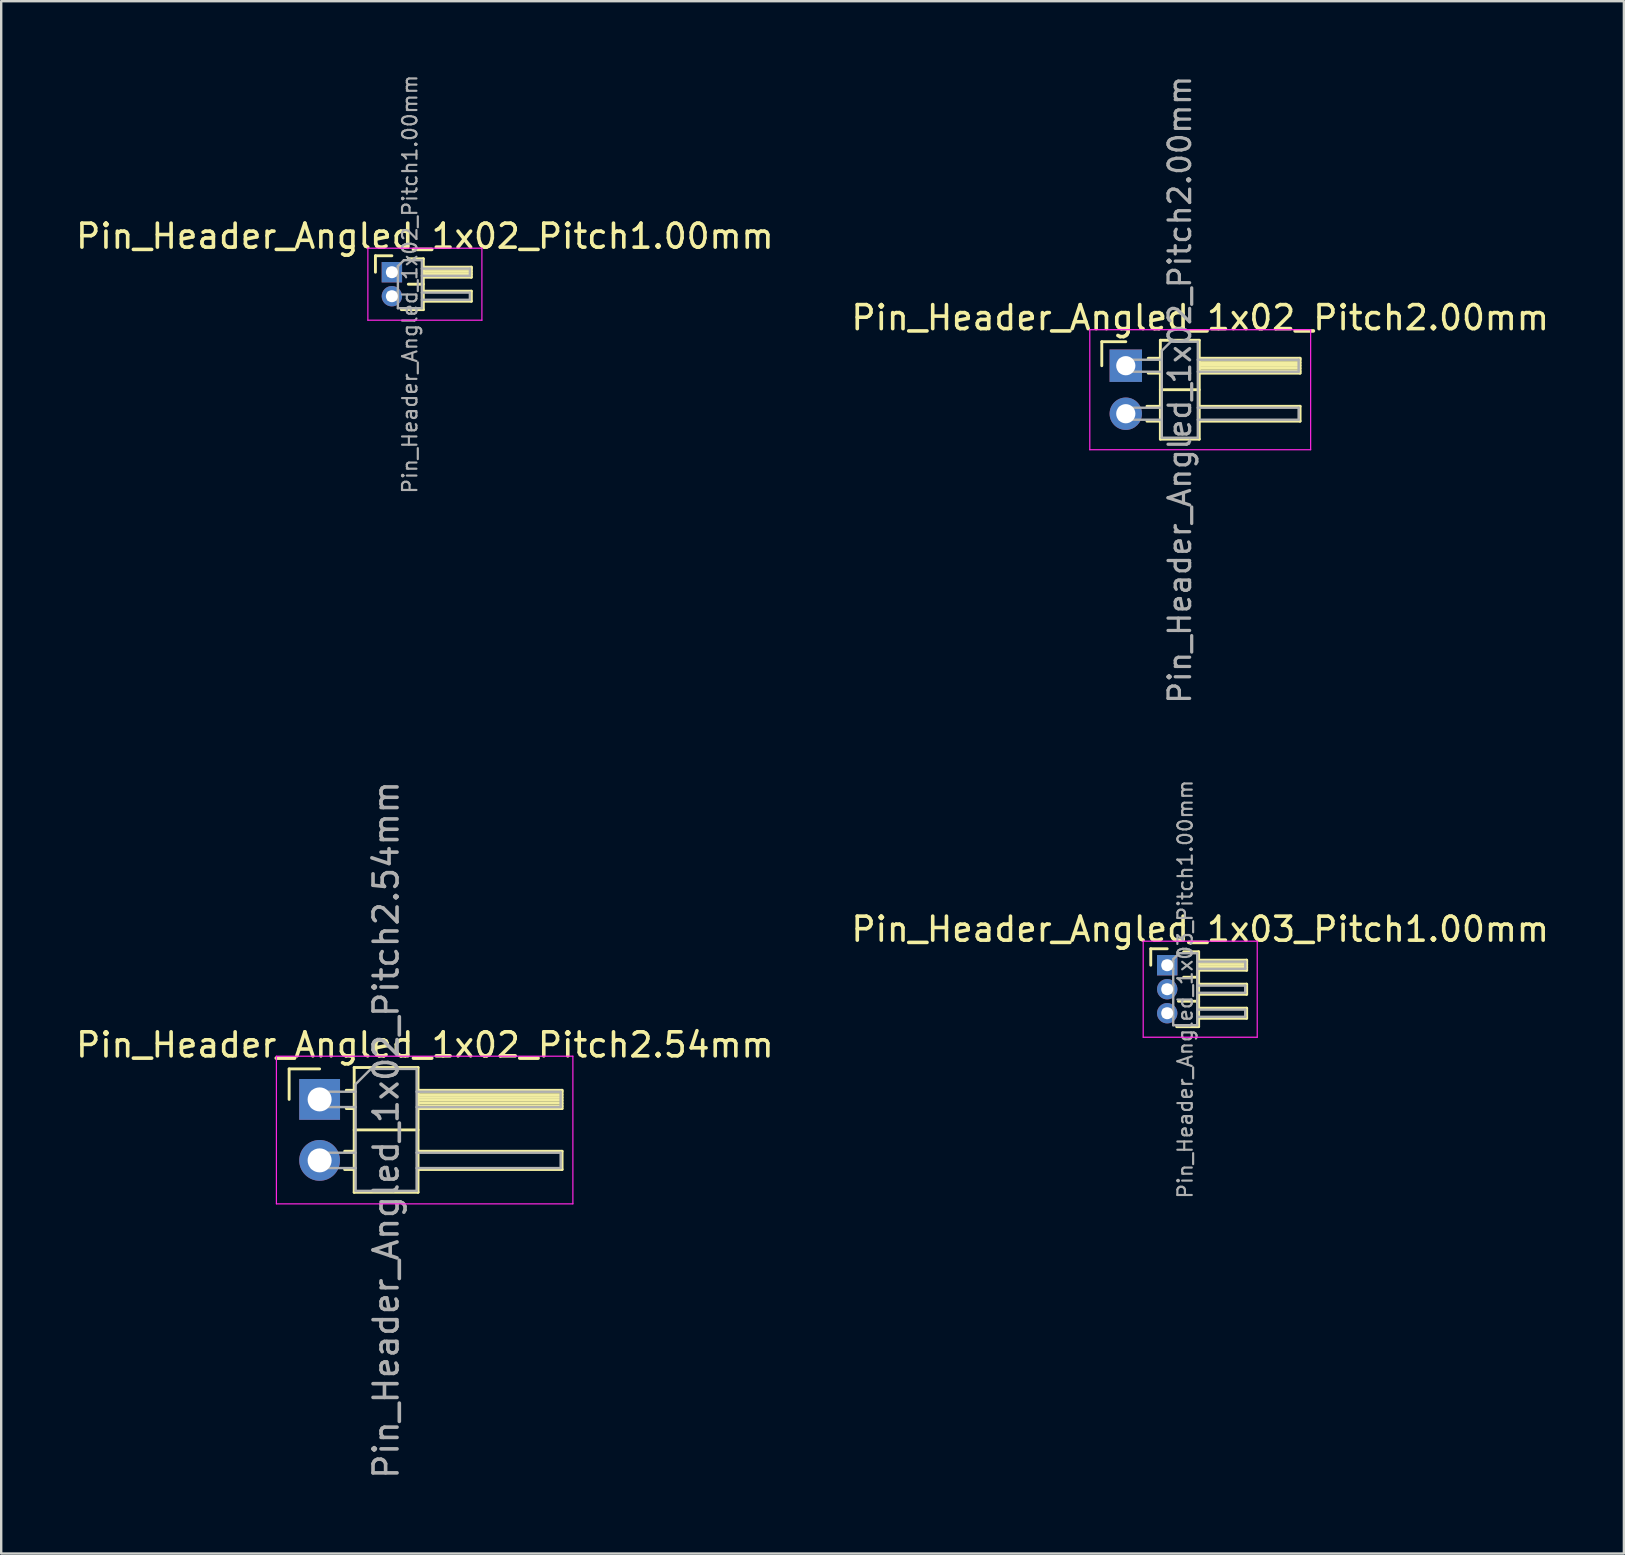
<source format=kicad_pcb>
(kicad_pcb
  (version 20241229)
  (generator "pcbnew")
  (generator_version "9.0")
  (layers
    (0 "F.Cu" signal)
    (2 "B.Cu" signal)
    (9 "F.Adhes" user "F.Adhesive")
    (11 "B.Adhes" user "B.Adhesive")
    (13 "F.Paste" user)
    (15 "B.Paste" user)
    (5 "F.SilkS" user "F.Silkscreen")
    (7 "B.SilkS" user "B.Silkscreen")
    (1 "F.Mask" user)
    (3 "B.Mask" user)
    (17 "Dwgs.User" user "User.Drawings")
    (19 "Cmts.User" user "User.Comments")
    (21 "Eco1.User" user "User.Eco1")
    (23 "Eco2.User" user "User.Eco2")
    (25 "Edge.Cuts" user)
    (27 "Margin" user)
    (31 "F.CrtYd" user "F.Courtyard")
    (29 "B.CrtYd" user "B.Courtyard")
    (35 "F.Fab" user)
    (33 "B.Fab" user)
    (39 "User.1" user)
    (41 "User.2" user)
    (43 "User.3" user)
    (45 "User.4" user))
  (footprint "Pin_Header_Angled_1x03_Pitch1.00mm"
    (layer "F.Cu")
    (at 45.571 37.157)
    (property "Reference" "Pin_Header_Angled_1x03_Pitch1.00mm" (at 1.375 -1.5 0) (layer "F.SilkS") (effects (font (size 1 1) (thickness 0.15))))
    (attr through_hole)
    (fp_line (start -0.685 -0.685) (end 0 -0.685) (stroke (width 0.12) (type solid)) (layer "F.SilkS"))
    (fp_line (start -0.685 0) (end -0.685 -0.685) (stroke (width 0.12) (type solid)) (layer "F.SilkS"))
    (fp_line (start 0.468 1.5) (end 1.31 1.5) (stroke (width 0.12) (type solid)) (layer "F.SilkS"))
    (fp_line (start 0.685 -0.56) (end 1.31 -0.56) (stroke (width 0.12) (type solid)) (layer "F.SilkS"))
    (fp_line (start 0.685 0.5) (end 1.31 0.5) (stroke (width 0.12) (type solid)) (layer "F.SilkS"))
    (fp_line (start 1.31 -0.56) (end 1.31 2.56) (stroke (width 0.12) (type solid)) (layer "F.SilkS"))
    (fp_line (start 1.31 -0.21) (end 3.31 -0.21) (stroke (width 0.12) (type solid)) (layer "F.SilkS"))
    (fp_line (start 1.31 -0.15) (end 3.31 -0.15) (stroke (width 0.12) (type solid)) (layer "F.SilkS"))
    (fp_line (start 1.31 -0.03) (end 3.31 -0.03) (stroke (width 0.12) (type solid)) (layer "F.SilkS"))
    (fp_line (start 1.31 0.09) (end 3.31 0.09) (stroke (width 0.12) (type solid)) (layer "F.SilkS"))
    (fp_line (start 1.31 0.79) (end 3.31 0.79) (stroke (width 0.12) (type solid)) (layer "F.SilkS"))
    (fp_line (start 1.31 1.79) (end 3.31 1.79) (stroke (width 0.12) (type solid)) (layer "F.SilkS"))
    (fp_line (start 1.31 2.56) (end 0.394 2.56) (stroke (width 0.12) (type solid)) (layer "F.SilkS"))
    (fp_line (start 3.31 -0.21) (end 3.31 0.21) (stroke (width 0.12) (type solid)) (layer "F.SilkS"))
    (fp_line (start 3.31 0.21) (end 1.31 0.21) (stroke (width 0.12) (type solid)) (layer "F.SilkS"))
    (fp_line (start 3.31 0.79) (end 3.31 1.21) (stroke (width 0.12) (type solid)) (layer "F.SilkS"))
    (fp_line (start 3.31 1.21) (end 1.31 1.21) (stroke (width 0.12) (type solid)) (layer "F.SilkS"))
    (fp_line (start 3.31 1.79) (end 3.31 2.21) (stroke (width 0.12) (type solid)) (layer "F.SilkS"))
    (fp_line (start 3.31 2.21) (end 1.31 2.21) (stroke (width 0.12) (type solid)) (layer "F.SilkS"))
    (fp_line (start -1 -1) (end -1 3) (stroke (width 0.05) (type solid)) (layer "F.CrtYd"))
    (fp_line (start -1 3) (end 3.75 3) (stroke (width 0.05) (type solid)) (layer "F.CrtYd"))
    (fp_line (start 3.75 -1) (end -1 -1) (stroke (width 0.05) (type solid)) (layer "F.CrtYd"))
    (fp_line (start 3.75 3) (end 3.75 -1) (stroke (width 0.05) (type solid)) (layer "F.CrtYd"))
    (fp_line (start -0.15 -0.15) (end -0.15 0.15) (stroke (width 0.1) (type solid)) (layer "F.Fab"))
    (fp_line (start -0.15 -0.15) (end 0.25 -0.15) (stroke (width 0.1) (type solid)) (layer "F.Fab"))
    (fp_line (start -0.15 0.15) (end 0.25 0.15) (stroke (width 0.1) (type solid)) (layer "F.Fab"))
    (fp_line (start -0.15 0.85) (end -0.15 1.15) (stroke (width 0.1) (type solid)) (layer "F.Fab"))
    (fp_line (start -0.15 0.85) (end 0.25 0.85) (stroke (width 0.1) (type solid)) (layer "F.Fab"))
    (fp_line (start -0.15 1.15) (end 0.25 1.15) (stroke (width 0.1) (type solid)) (layer "F.Fab"))
    (fp_line (start -0.15 1.85) (end -0.15 2.15) (stroke (width 0.1) (type solid)) (layer "F.Fab"))
    (fp_line (start -0.15 1.85) (end 0.25 1.85) (stroke (width 0.1) (type solid)) (layer "F.Fab"))
    (fp_line (start -0.15 2.15) (end 0.25 2.15) (stroke (width 0.1) (type solid)) (layer "F.Fab"))
    (fp_line (start 0.25 -0.25) (end 0.5 -0.5) (stroke (width 0.1) (type solid)) (layer "F.Fab"))
    (fp_line (start 0.25 2.5) (end 0.25 -0.25) (stroke (width 0.1) (type solid)) (layer "F.Fab"))
    (fp_line (start 0.5 -0.5) (end 1.25 -0.5) (stroke (width 0.1) (type solid)) (layer "F.Fab"))
    (fp_line (start 1.25 -0.5) (end 1.25 2.5) (stroke (width 0.1) (type solid)) (layer "F.Fab"))
    (fp_line (start 1.25 -0.15) (end 3.25 -0.15) (stroke (width 0.1) (type solid)) (layer "F.Fab"))
    (fp_line (start 1.25 0.15) (end 3.25 0.15) (stroke (width 0.1) (type solid)) (layer "F.Fab"))
    (fp_line (start 1.25 0.85) (end 3.25 0.85) (stroke (width 0.1) (type solid)) (layer "F.Fab"))
    (fp_line (start 1.25 1.15) (end 3.25 1.15) (stroke (width 0.1) (type solid)) (layer "F.Fab"))
    (fp_line (start 1.25 1.85) (end 3.25 1.85) (stroke (width 0.1) (type solid)) (layer "F.Fab"))
    (fp_line (start 1.25 2.15) (end 3.25 2.15) (stroke (width 0.1) (type solid)) (layer "F.Fab"))
    (fp_line (start 1.25 2.5) (end 0.25 2.5) (stroke (width 0.1) (type solid)) (layer "F.Fab"))
    (fp_line (start 3.25 -0.15) (end 3.25 0.15) (stroke (width 0.1) (type solid)) (layer "F.Fab"))
    (fp_line (start 3.25 0.85) (end 3.25 1.15) (stroke (width 0.1) (type solid)) (layer "F.Fab"))
    (fp_line (start 3.25 1.85) (end 3.25 2.15) (stroke (width 0.1) (type solid)) (layer "F.Fab"))
    (fp_text user "${REFERENCE}" (at 0.75 1 90) (layer "F.Fab") (effects (font (size 0.6 0.6) (thickness 0.09))))
    (pad "1" thru_hole rect (at 0 0) (size 0.85 0.85) (drill 0.5) (layers "*.Cu" "*.Mask"))
    (pad "2" thru_hole oval (at 0 1) (size 0.85 0.85) (drill 0.5) (layers "*.Cu" "*.Mask"))
    (pad "3" thru_hole oval (at 0 2) (size 0.85 0.85) (drill 0.5) (layers "*.Cu" "*.Mask")))
  (footprint "Pin_Header_Angled_1x02_Pitch1.00mm"
    (layer "F.Cu")
    (at 13.274 8.289)
    (property "Reference" "Pin_Header_Angled_1x02_Pitch1.00mm" (at 1.375 -1.5 0) (layer "F.SilkS") (effects (font (size 1 1) (thickness 0.15))))
    (attr through_hole)
    (fp_line (start -0.685 -0.685) (end 0 -0.685) (stroke (width 0.12) (type solid)) (layer "F.SilkS"))
    (fp_line (start -0.685 0) (end -0.685 -0.685) (stroke (width 0.12) (type solid)) (layer "F.SilkS"))
    (fp_line (start 0.685 -0.56) (end 1.31 -0.56) (stroke (width 0.12) (type solid)) (layer "F.SilkS"))
    (fp_line (start 0.685 0.5) (end 1.31 0.5) (stroke (width 0.12) (type solid)) (layer "F.SilkS"))
    (fp_line (start 1.31 -0.56) (end 1.31 1.56) (stroke (width 0.12) (type solid)) (layer "F.SilkS"))
    (fp_line (start 1.31 -0.21) (end 3.31 -0.21) (stroke (width 0.12) (type solid)) (layer "F.SilkS"))
    (fp_line (start 1.31 -0.15) (end 3.31 -0.15) (stroke (width 0.12) (type solid)) (layer "F.SilkS"))
    (fp_line (start 1.31 -0.03) (end 3.31 -0.03) (stroke (width 0.12) (type solid)) (layer "F.SilkS"))
    (fp_line (start 1.31 0.09) (end 3.31 0.09) (stroke (width 0.12) (type solid)) (layer "F.SilkS"))
    (fp_line (start 1.31 0.79) (end 3.31 0.79) (stroke (width 0.12) (type solid)) (layer "F.SilkS"))
    (fp_line (start 1.31 1.56) (end 0.394 1.56) (stroke (width 0.12) (type solid)) (layer "F.SilkS"))
    (fp_line (start 3.31 -0.21) (end 3.31 0.21) (stroke (width 0.12) (type solid)) (layer "F.SilkS"))
    (fp_line (start 3.31 0.21) (end 1.31 0.21) (stroke (width 0.12) (type solid)) (layer "F.SilkS"))
    (fp_line (start 3.31 0.79) (end 3.31 1.21) (stroke (width 0.12) (type solid)) (layer "F.SilkS"))
    (fp_line (start 3.31 1.21) (end 1.31 1.21) (stroke (width 0.12) (type solid)) (layer "F.SilkS"))
    (fp_line (start -1 -1) (end -1 2) (stroke (width 0.05) (type solid)) (layer "F.CrtYd"))
    (fp_line (start -1 2) (end 3.75 2) (stroke (width 0.05) (type solid)) (layer "F.CrtYd"))
    (fp_line (start 3.75 -1) (end -1 -1) (stroke (width 0.05) (type solid)) (layer "F.CrtYd"))
    (fp_line (start 3.75 2) (end 3.75 -1) (stroke (width 0.05) (type solid)) (layer "F.CrtYd"))
    (fp_line (start -0.15 -0.15) (end -0.15 0.15) (stroke (width 0.1) (type solid)) (layer "F.Fab"))
    (fp_line (start -0.15 -0.15) (end 0.25 -0.15) (stroke (width 0.1) (type solid)) (layer "F.Fab"))
    (fp_line (start -0.15 0.15) (end 0.25 0.15) (stroke (width 0.1) (type solid)) (layer "F.Fab"))
    (fp_line (start -0.15 0.85) (end -0.15 1.15) (stroke (width 0.1) (type solid)) (layer "F.Fab"))
    (fp_line (start -0.15 0.85) (end 0.25 0.85) (stroke (width 0.1) (type solid)) (layer "F.Fab"))
    (fp_line (start -0.15 1.15) (end 0.25 1.15) (stroke (width 0.1) (type solid)) (layer "F.Fab"))
    (fp_line (start 0.25 -0.25) (end 0.5 -0.5) (stroke (width 0.1) (type solid)) (layer "F.Fab"))
    (fp_line (start 0.25 1.5) (end 0.25 -0.25) (stroke (width 0.1) (type solid)) (layer "F.Fab"))
    (fp_line (start 0.5 -0.5) (end 1.25 -0.5) (stroke (width 0.1) (type solid)) (layer "F.Fab"))
    (fp_line (start 1.25 -0.5) (end 1.25 1.5) (stroke (width 0.1) (type solid)) (layer "F.Fab"))
    (fp_line (start 1.25 -0.15) (end 3.25 -0.15) (stroke (width 0.1) (type solid)) (layer "F.Fab"))
    (fp_line (start 1.25 0.15) (end 3.25 0.15) (stroke (width 0.1) (type solid)) (layer "F.Fab"))
    (fp_line (start 1.25 0.85) (end 3.25 0.85) (stroke (width 0.1) (type solid)) (layer "F.Fab"))
    (fp_line (start 1.25 1.15) (end 3.25 1.15) (stroke (width 0.1) (type solid)) (layer "F.Fab"))
    (fp_line (start 1.25 1.5) (end 0.25 1.5) (stroke (width 0.1) (type solid)) (layer "F.Fab"))
    (fp_line (start 3.25 -0.15) (end 3.25 0.15) (stroke (width 0.1) (type solid)) (layer "F.Fab"))
    (fp_line (start 3.25 0.85) (end 3.25 1.15) (stroke (width 0.1) (type solid)) (layer "F.Fab"))
    (fp_text user "${REFERENCE}" (at 0.75 0.5 90) (layer "F.Fab") (effects (font (size 0.6 0.6) (thickness 0.09))))
    (pad "1" thru_hole rect (at 0 0) (size 0.85 0.85) (drill 0.5) (layers "*.Cu" "*.Mask"))
    (pad "2" thru_hole oval (at 0 1) (size 0.85 0.85) (drill 0.5) (layers "*.Cu" "*.Mask")))
  (footprint "Pin_Header_Angled_1x02_Pitch2.00mm"
    (layer "F.Cu")
    (at 43.846 12.184)
    (property "Reference" "Pin_Header_Angled_1x02_Pitch2.00mm" (at 3.1 -2 0) (layer "F.SilkS") (effects (font (size 1 1) (thickness 0.15))))
    (attr through_hole)
    (fp_line (start -1 -1) (end 0 -1) (stroke (width 0.12) (type solid)) (layer "F.SilkS"))
    (fp_line (start -1 0) (end -1 -1) (stroke (width 0.12) (type solid)) (layer "F.SilkS"))
    (fp_line (start 0.882 1.69) (end 1.44 1.69) (stroke (width 0.12) (type solid)) (layer "F.SilkS"))
    (fp_line (start 0.882 2.31) (end 1.44 2.31) (stroke (width 0.12) (type solid)) (layer "F.SilkS"))
    (fp_line (start 0.935 -0.31) (end 1.44 -0.31) (stroke (width 0.12) (type solid)) (layer "F.SilkS"))
    (fp_line (start 0.935 0.31) (end 1.44 0.31) (stroke (width 0.12) (type solid)) (layer "F.SilkS"))
    (fp_line (start 1.44 -1.06) (end 1.44 3.06) (stroke (width 0.12) (type solid)) (layer "F.SilkS"))
    (fp_line (start 1.44 1) (end 3.06 1) (stroke (width 0.12) (type solid)) (layer "F.SilkS"))
    (fp_line (start 1.44 3.06) (end 3.06 3.06) (stroke (width 0.12) (type solid)) (layer "F.SilkS"))
    (fp_line (start 3.06 -1.06) (end 1.44 -1.06) (stroke (width 0.12) (type solid)) (layer "F.SilkS"))
    (fp_line (start 3.06 -0.31) (end 7.26 -0.31) (stroke (width 0.12) (type solid)) (layer "F.SilkS"))
    (fp_line (start 3.06 -0.25) (end 7.26 -0.25) (stroke (width 0.12) (type solid)) (layer "F.SilkS"))
    (fp_line (start 3.06 -0.13) (end 7.26 -0.13) (stroke (width 0.12) (type solid)) (layer "F.SilkS"))
    (fp_line (start 3.06 -0.01) (end 7.26 -0.01) (stroke (width 0.12) (type solid)) (layer "F.SilkS"))
    (fp_line (start 3.06 0.11) (end 7.26 0.11) (stroke (width 0.12) (type solid)) (layer "F.SilkS"))
    (fp_line (start 3.06 0.23) (end 7.26 0.23) (stroke (width 0.12) (type solid)) (layer "F.SilkS"))
    (fp_line (start 3.06 1.69) (end 7.26 1.69) (stroke (width 0.12) (type solid)) (layer "F.SilkS"))
    (fp_line (start 3.06 3.06) (end 3.06 -1.06) (stroke (width 0.12) (type solid)) (layer "F.SilkS"))
    (fp_line (start 7.26 -0.31) (end 7.26 0.31) (stroke (width 0.12) (type solid)) (layer "F.SilkS"))
    (fp_line (start 7.26 0.31) (end 3.06 0.31) (stroke (width 0.12) (type solid)) (layer "F.SilkS"))
    (fp_line (start 7.26 1.69) (end 7.26 2.31) (stroke (width 0.12) (type solid)) (layer "F.SilkS"))
    (fp_line (start 7.26 2.31) (end 3.06 2.31) (stroke (width 0.12) (type solid)) (layer "F.SilkS"))
    (fp_line (start -1.5 -1.5) (end -1.5 3.5) (stroke (width 0.05) (type solid)) (layer "F.CrtYd"))
    (fp_line (start -1.5 3.5) (end 7.7 3.5) (stroke (width 0.05) (type solid)) (layer "F.CrtYd"))
    (fp_line (start 7.7 -1.5) (end -1.5 -1.5) (stroke (width 0.05) (type solid)) (layer "F.CrtYd"))
    (fp_line (start 7.7 3.5) (end 7.7 -1.5) (stroke (width 0.05) (type solid)) (layer "F.CrtYd"))
    (fp_line (start -0.25 -0.25) (end -0.25 0.25) (stroke (width 0.1) (type solid)) (layer "F.Fab"))
    (fp_line (start -0.25 -0.25) (end 1.5 -0.25) (stroke (width 0.1) (type solid)) (layer "F.Fab"))
    (fp_line (start -0.25 0.25) (end 1.5 0.25) (stroke (width 0.1) (type solid)) (layer "F.Fab"))
    (fp_line (start -0.25 1.75) (end -0.25 2.25) (stroke (width 0.1) (type solid)) (layer "F.Fab"))
    (fp_line (start -0.25 1.75) (end 1.5 1.75) (stroke (width 0.1) (type solid)) (layer "F.Fab"))
    (fp_line (start -0.25 2.25) (end 1.5 2.25) (stroke (width 0.1) (type solid)) (layer "F.Fab"))
    (fp_line (start 1.5 -0.625) (end 1.875 -1) (stroke (width 0.1) (type solid)) (layer "F.Fab"))
    (fp_line (start 1.5 3) (end 1.5 -0.625) (stroke (width 0.1) (type solid)) (layer "F.Fab"))
    (fp_line (start 1.875 -1) (end 3 -1) (stroke (width 0.1) (type solid)) (layer "F.Fab"))
    (fp_line (start 3 -1) (end 3 3) (stroke (width 0.1) (type solid)) (layer "F.Fab"))
    (fp_line (start 3 -0.25) (end 7.2 -0.25) (stroke (width 0.1) (type solid)) (layer "F.Fab"))
    (fp_line (start 3 0.25) (end 7.2 0.25) (stroke (width 0.1) (type solid)) (layer "F.Fab"))
    (fp_line (start 3 1.75) (end 7.2 1.75) (stroke (width 0.1) (type solid)) (layer "F.Fab"))
    (fp_line (start 3 2.25) (end 7.2 2.25) (stroke (width 0.1) (type solid)) (layer "F.Fab"))
    (fp_line (start 3 3) (end 1.5 3) (stroke (width 0.1) (type solid)) (layer "F.Fab"))
    (fp_line (start 7.2 -0.25) (end 7.2 0.25) (stroke (width 0.1) (type solid)) (layer "F.Fab"))
    (fp_line (start 7.2 1.75) (end 7.2 2.25) (stroke (width 0.1) (type solid)) (layer "F.Fab"))
    (fp_text user "${REFERENCE}" (at 2.25 1 90) (layer "F.Fab") (effects (font (size 0.9 0.9) (thickness 0.135))))
    (pad "1" thru_hole rect (at 0 0) (size 1.35 1.35) (drill 0.8) (layers "*.Cu" "*.Mask"))
    (pad "2" thru_hole oval (at 0 2) (size 1.35 1.35) (drill 0.8) (layers "*.Cu" "*.Mask")))
  (footprint "Pin_Header_Angled_1x02_Pitch2.54mm"
    (layer "F.Cu")
    (at 10.264 42.747)
    (property "Reference" "Pin_Header_Angled_1x02_Pitch2.54mm" (at 4.385 -2.27 0) (layer "F.SilkS") (effects (font (size 1 1) (thickness 0.15))))
    (attr through_hole)
    (fp_line (start -1.27 -1.27) (end 0 -1.27) (stroke (width 0.12) (type solid)) (layer "F.SilkS"))
    (fp_line (start -1.27 0) (end -1.27 -1.27) (stroke (width 0.12) (type solid)) (layer "F.SilkS"))
    (fp_line (start 1.043 2.16) (end 1.44 2.16) (stroke (width 0.12) (type solid)) (layer "F.SilkS"))
    (fp_line (start 1.043 2.92) (end 1.44 2.92) (stroke (width 0.12) (type solid)) (layer "F.SilkS"))
    (fp_line (start 1.11 -0.38) (end 1.44 -0.38) (stroke (width 0.12) (type solid)) (layer "F.SilkS"))
    (fp_line (start 1.11 0.38) (end 1.44 0.38) (stroke (width 0.12) (type solid)) (layer "F.SilkS"))
    (fp_line (start 1.44 -1.33) (end 1.44 3.87) (stroke (width 0.12) (type solid)) (layer "F.SilkS"))
    (fp_line (start 1.44 1.27) (end 4.1 1.27) (stroke (width 0.12) (type solid)) (layer "F.SilkS"))
    (fp_line (start 1.44 3.87) (end 4.1 3.87) (stroke (width 0.12) (type solid)) (layer "F.SilkS"))
    (fp_line (start 4.1 -1.33) (end 1.44 -1.33) (stroke (width 0.12) (type solid)) (layer "F.SilkS"))
    (fp_line (start 4.1 -0.38) (end 10.1 -0.38) (stroke (width 0.12) (type solid)) (layer "F.SilkS"))
    (fp_line (start 4.1 -0.32) (end 10.1 -0.32) (stroke (width 0.12) (type solid)) (layer "F.SilkS"))
    (fp_line (start 4.1 -0.2) (end 10.1 -0.2) (stroke (width 0.12) (type solid)) (layer "F.SilkS"))
    (fp_line (start 4.1 -0.08) (end 10.1 -0.08) (stroke (width 0.12) (type solid)) (layer "F.SilkS"))
    (fp_line (start 4.1 0.04) (end 10.1 0.04) (stroke (width 0.12) (type solid)) (layer "F.SilkS"))
    (fp_line (start 4.1 0.16) (end 10.1 0.16) (stroke (width 0.12) (type solid)) (layer "F.SilkS"))
    (fp_line (start 4.1 0.28) (end 10.1 0.28) (stroke (width 0.12) (type solid)) (layer "F.SilkS"))
    (fp_line (start 4.1 2.16) (end 10.1 2.16) (stroke (width 0.12) (type solid)) (layer "F.SilkS"))
    (fp_line (start 4.1 3.87) (end 4.1 -1.33) (stroke (width 0.12) (type solid)) (layer "F.SilkS"))
    (fp_line (start 10.1 -0.38) (end 10.1 0.38) (stroke (width 0.12) (type solid)) (layer "F.SilkS"))
    (fp_line (start 10.1 0.38) (end 4.1 0.38) (stroke (width 0.12) (type solid)) (layer "F.SilkS"))
    (fp_line (start 10.1 2.16) (end 10.1 2.92) (stroke (width 0.12) (type solid)) (layer "F.SilkS"))
    (fp_line (start 10.1 2.92) (end 4.1 2.92) (stroke (width 0.12) (type solid)) (layer "F.SilkS"))
    (fp_line (start -1.8 -1.8) (end -1.8 4.35) (stroke (width 0.05) (type solid)) (layer "F.CrtYd"))
    (fp_line (start -1.8 4.35) (end 10.55 4.35) (stroke (width 0.05) (type solid)) (layer "F.CrtYd"))
    (fp_line (start 10.55 -1.8) (end -1.8 -1.8) (stroke (width 0.05) (type solid)) (layer "F.CrtYd"))
    (fp_line (start 10.55 4.35) (end 10.55 -1.8) (stroke (width 0.05) (type solid)) (layer "F.CrtYd"))
    (fp_line (start -0.32 -0.32) (end -0.32 0.32) (stroke (width 0.1) (type solid)) (layer "F.Fab"))
    (fp_line (start -0.32 -0.32) (end 1.5 -0.32) (stroke (width 0.1) (type solid)) (layer "F.Fab"))
    (fp_line (start -0.32 0.32) (end 1.5 0.32) (stroke (width 0.1) (type solid)) (layer "F.Fab"))
    (fp_line (start -0.32 2.22) (end -0.32 2.86) (stroke (width 0.1) (type solid)) (layer "F.Fab"))
    (fp_line (start -0.32 2.22) (end 1.5 2.22) (stroke (width 0.1) (type solid)) (layer "F.Fab"))
    (fp_line (start -0.32 2.86) (end 1.5 2.86) (stroke (width 0.1) (type solid)) (layer "F.Fab"))
    (fp_line (start 1.5 -0.635) (end 2.135 -1.27) (stroke (width 0.1) (type solid)) (layer "F.Fab"))
    (fp_line (start 1.5 3.81) (end 1.5 -0.635) (stroke (width 0.1) (type solid)) (layer "F.Fab"))
    (fp_line (start 2.135 -1.27) (end 4.04 -1.27) (stroke (width 0.1) (type solid)) (layer "F.Fab"))
    (fp_line (start 4.04 -1.27) (end 4.04 3.81) (stroke (width 0.1) (type solid)) (layer "F.Fab"))
    (fp_line (start 4.04 -0.32) (end 10.04 -0.32) (stroke (width 0.1) (type solid)) (layer "F.Fab"))
    (fp_line (start 4.04 0.32) (end 10.04 0.32) (stroke (width 0.1) (type solid)) (layer "F.Fab"))
    (fp_line (start 4.04 2.22) (end 10.04 2.22) (stroke (width 0.1) (type solid)) (layer "F.Fab"))
    (fp_line (start 4.04 2.86) (end 10.04 2.86) (stroke (width 0.1) (type solid)) (layer "F.Fab"))
    (fp_line (start 4.04 3.81) (end 1.5 3.81) (stroke (width 0.1) (type solid)) (layer "F.Fab"))
    (fp_line (start 10.04 -0.32) (end 10.04 0.32) (stroke (width 0.1) (type solid)) (layer "F.Fab"))
    (fp_line (start 10.04 2.22) (end 10.04 2.86) (stroke (width 0.1) (type solid)) (layer "F.Fab"))
    (fp_text user "${REFERENCE}" (at 2.77 1.27 90) (layer "F.Fab") (effects (font (size 1 1) (thickness 0.15))))
    (pad "1" thru_hole rect (at 0 0) (size 1.7 1.7) (drill 1) (layers "*.Cu" "*.Mask"))
    (pad "2" thru_hole oval (at 0 2.54) (size 1.7 1.7) (drill 1) (layers "*.Cu" "*.Mask")))
  (gr_rect
    (start -3 -3)
    (end 64.595 61.665)
    (stroke (width 0.1) (type default))
    (fill no)
    (layer "Edge.Cuts")))
</source>
